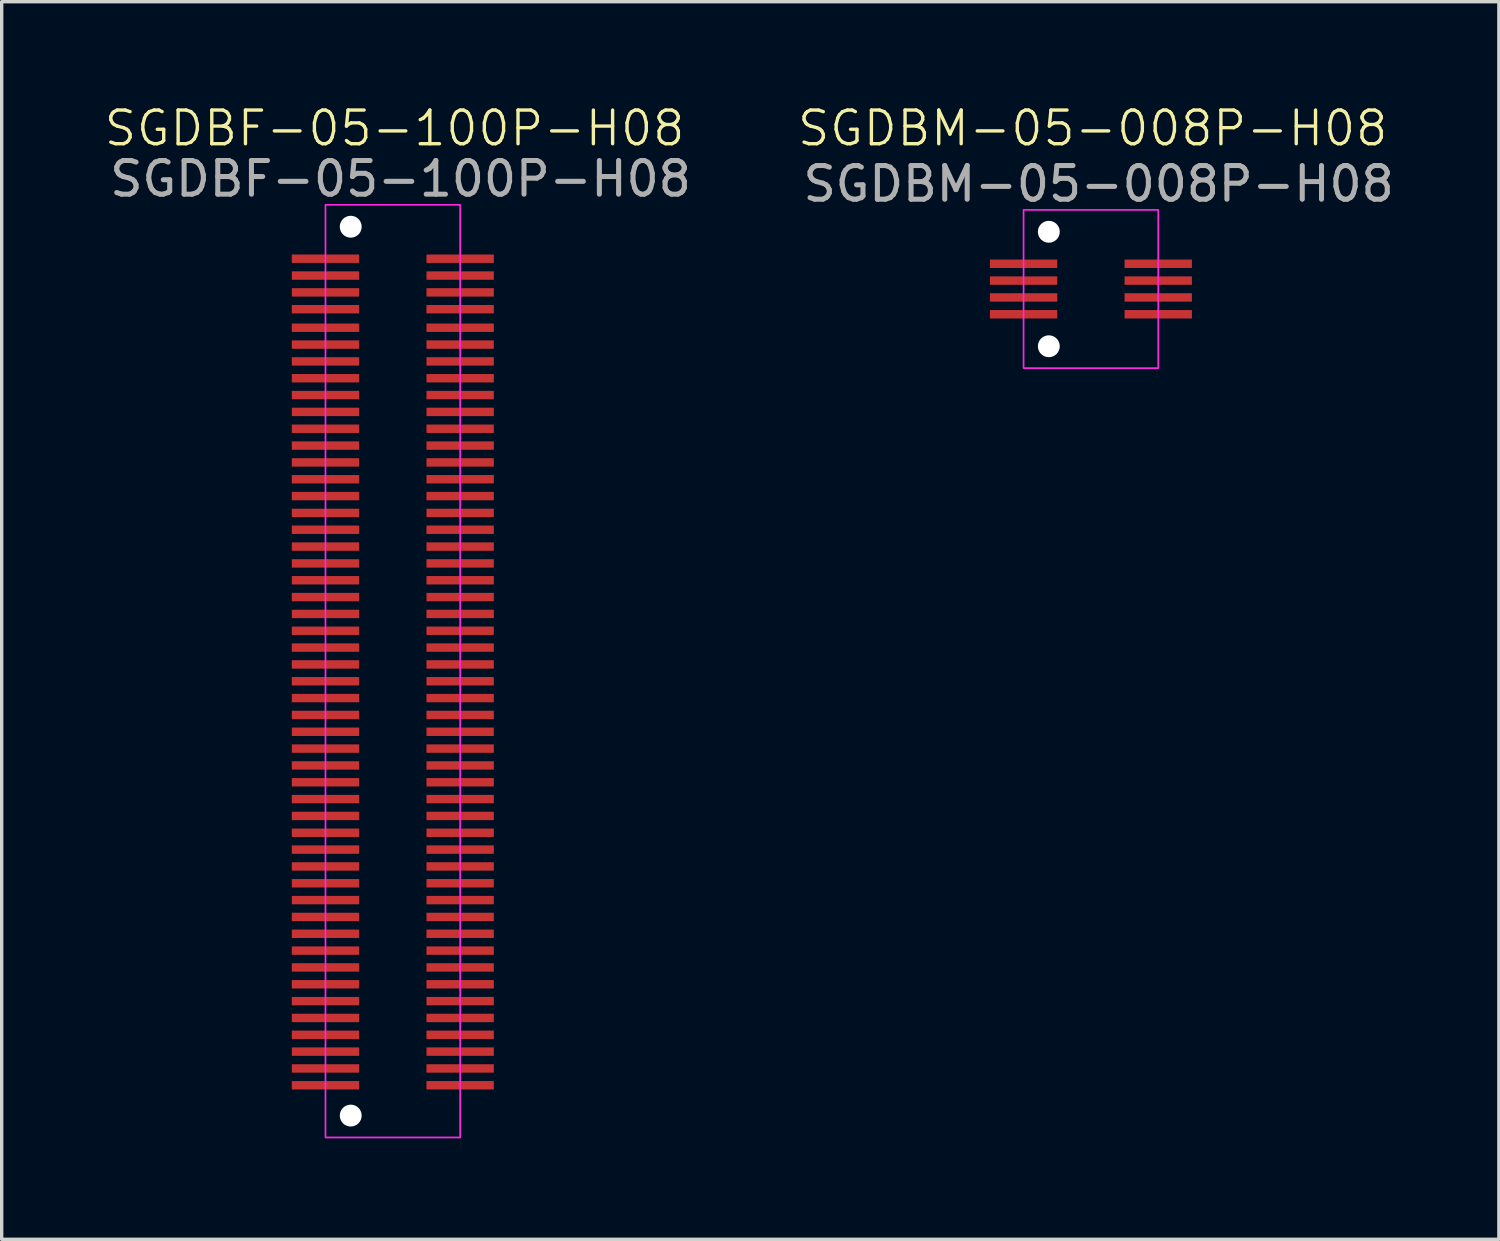
<source format=kicad_pcb>
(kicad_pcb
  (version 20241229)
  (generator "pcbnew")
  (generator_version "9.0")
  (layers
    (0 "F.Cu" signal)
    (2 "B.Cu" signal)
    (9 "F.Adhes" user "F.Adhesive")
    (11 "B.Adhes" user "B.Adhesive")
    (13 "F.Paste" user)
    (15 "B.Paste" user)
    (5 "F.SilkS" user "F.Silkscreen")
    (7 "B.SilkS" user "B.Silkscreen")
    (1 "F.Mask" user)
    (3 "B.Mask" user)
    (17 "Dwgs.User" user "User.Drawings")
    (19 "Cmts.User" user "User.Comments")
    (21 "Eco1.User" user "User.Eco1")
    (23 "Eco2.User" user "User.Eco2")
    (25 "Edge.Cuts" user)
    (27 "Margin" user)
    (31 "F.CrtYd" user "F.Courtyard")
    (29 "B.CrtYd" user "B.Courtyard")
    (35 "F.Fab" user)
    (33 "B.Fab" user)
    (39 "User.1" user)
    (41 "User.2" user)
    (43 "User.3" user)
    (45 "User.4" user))
  (footprint "SGDBM-05-008P-H08"
    (layer "F.Cu")
    (at 27.351 4.784)
    (property "Reference" "SGDBM-05-008P-H08" (at 2.052 -4.023 0) (unlocked yes) (layer "F.SilkS") (effects (font (size 1 1) (thickness 0.1))))
    (attr smd)
    (fp_rect (start 0 -1.6) (end 4 3.1) (stroke (width 0.05) (type default)) (fill no) (layer "F.CrtYd"))
    (fp_text user "${REFERENCE}" (at 2.23 -2.372 0) (unlocked yes) (layer "F.Fab") (effects (font (size 1 1) (thickness 0.15))))
    (pad "" np_thru_hole circle (at 0.75 -0.95) (size 0.65 0.65) (drill 0.65) (layers "*.Cu" "*.Mask"))
    (pad "" np_thru_hole circle (at 0.75 2.45) (size 0.65 0.65) (drill 0.65) (layers "*.Cu" "*.Mask"))
    (pad "1" smd rect (at 0 0 90) (size 0.25 2) (layers "F.Cu" "F.Mask" "F.Paste"))
    (pad "2" smd rect (at 4 0 90) (size 0.25 2) (layers "F.Cu" "F.Mask" "F.Paste"))
    (pad "3" smd rect (at 0 0.5 90) (size 0.25 2) (layers "F.Cu" "F.Mask" "F.Paste"))
    (pad "4" smd rect (at 4 0.5 90) (size 0.25 2) (layers "F.Cu" "F.Mask" "F.Paste"))
    (pad "5" smd rect (at 0 1 90) (size 0.25 2) (layers "F.Cu" "F.Mask" "F.Paste"))
    (pad "6" smd rect (at 4 1 90) (size 0.25 2) (layers "F.Cu" "F.Mask" "F.Paste"))
    (pad "7" smd rect (at 0 1.5 90) (size 0.25 2) (layers "F.Cu" "F.Mask" "F.Paste"))
    (pad "8" smd rect (at 4 1.5 90) (size 0.25 2) (layers "F.Cu" "F.Mask" "F.Paste")))
  (footprint "SGDBF-05-100P-H08"
    (layer "F.Cu")
    (at 6.617 3.034)
    (property "Reference" "SGDBF-05-100P-H08" (at 2.052 -2.273 0) (unlocked yes) (layer "F.SilkS") (effects (font (size 1 1) (thickness 0.1))))
    (attr smd)
    (fp_rect (start 0 0) (end 4 27.7) (stroke (width 0.05) (type default)) (fill no) (layer "F.CrtYd"))
    (fp_text user "${REFERENCE}" (at 2.23 -0.772 0) (unlocked yes) (layer "F.Fab") (effects (font (size 1 1) (thickness 0.15))))
    (pad "" np_thru_hole circle (at 0.75 0.65) (size 0.65 0.65) (drill 0.65) (layers "*.Cu" "*.Mask"))
    (pad "" np_thru_hole circle (at 0.75 27.05) (size 0.65 0.65) (drill 0.65) (layers "*.Cu" "*.Mask"))
    (pad "1" smd rect (at 0 1.6 90) (size 0.25 2) (layers "F.Cu" "F.Mask" "F.Paste"))
    (pad "2" smd rect (at 4 1.6 90) (size 0.25 2) (layers "F.Cu" "F.Mask" "F.Paste"))
    (pad "3" smd rect (at 0 2.1 90) (size 0.25 2) (layers "F.Cu" "F.Mask" "F.Paste"))
    (pad "4" smd rect (at 4 2.1 90) (size 0.25 2) (layers "F.Cu" "F.Mask" "F.Paste"))
    (pad "5" smd rect (at 0 2.6 90) (size 0.25 2) (layers "F.Cu" "F.Mask" "F.Paste"))
    (pad "6" smd rect (at 4 2.6 90) (size 0.25 2) (layers "F.Cu" "F.Mask" "F.Paste"))
    (pad "7" smd rect (at 0 3.1 90) (size 0.25 2) (layers "F.Cu" "F.Mask" "F.Paste"))
    (pad "8" smd rect (at 4 3.1 90) (size 0.25 2) (layers "F.Cu" "F.Mask" "F.Paste"))
    (pad "9" smd rect (at 0 3.65 90) (size 0.25 2) (layers "F.Cu" "F.Mask" "F.Paste"))
    (pad "10" smd rect (at 4 3.65 90) (size 0.25 2) (layers "F.Cu" "F.Mask" "F.Paste"))
    (pad "11" smd rect (at 0 4.15 90) (size 0.25 2) (layers "F.Cu" "F.Mask" "F.Paste"))
    (pad "12" smd rect (at 4 4.15 90) (size 0.25 2) (layers "F.Cu" "F.Mask" "F.Paste"))
    (pad "13" smd rect (at 0 4.65 90) (size 0.25 2) (layers "F.Cu" "F.Mask" "F.Paste"))
    (pad "14" smd rect (at 4 4.65 90) (size 0.25 2) (layers "F.Cu" "F.Mask" "F.Paste"))
    (pad "15" smd rect (at 0 5.15 90) (size 0.25 2) (layers "F.Cu" "F.Mask" "F.Paste"))
    (pad "16" smd rect (at 4 5.15 90) (size 0.25 2) (layers "F.Cu" "F.Mask" "F.Paste"))
    (pad "17" smd rect (at 0 5.65 90) (size 0.25 2) (layers "F.Cu" "F.Mask" "F.Paste"))
    (pad "18" smd rect (at 4 5.65 90) (size 0.25 2) (layers "F.Cu" "F.Mask" "F.Paste"))
    (pad "19" smd rect (at 0 6.15 90) (size 0.25 2) (layers "F.Cu" "F.Mask" "F.Paste"))
    (pad "20" smd rect (at 4 6.15 90) (size 0.25 2) (layers "F.Cu" "F.Mask" "F.Paste"))
    (pad "21" smd rect (at 0 6.65 90) (size 0.25 2) (layers "F.Cu" "F.Mask" "F.Paste"))
    (pad "22" smd rect (at 4 6.65 90) (size 0.25 2) (layers "F.Cu" "F.Mask" "F.Paste"))
    (pad "23" smd rect (at 0 7.15 90) (size 0.25 2) (layers "F.Cu" "F.Mask" "F.Paste"))
    (pad "24" smd rect (at 4 7.15 90) (size 0.25 2) (layers "F.Cu" "F.Mask" "F.Paste"))
    (pad "25" smd rect (at 0 7.65 90) (size 0.25 2) (layers "F.Cu" "F.Mask" "F.Paste"))
    (pad "26" smd rect (at 4 7.65 90) (size 0.25 2) (layers "F.Cu" "F.Mask" "F.Paste"))
    (pad "27" smd rect (at 0 8.15 90) (size 0.25 2) (layers "F.Cu" "F.Mask" "F.Paste"))
    (pad "28" smd rect (at 4 8.15 90) (size 0.25 2) (layers "F.Cu" "F.Mask" "F.Paste"))
    (pad "29" smd rect (at 0 8.65 90) (size 0.25 2) (layers "F.Cu" "F.Mask" "F.Paste"))
    (pad "30" smd rect (at 4 8.65 90) (size 0.25 2) (layers "F.Cu" "F.Mask" "F.Paste"))
    (pad "31" smd rect (at 0 9.15 90) (size 0.25 2) (layers "F.Cu" "F.Mask" "F.Paste"))
    (pad "32" smd rect (at 4 9.15 90) (size 0.25 2) (layers "F.Cu" "F.Mask" "F.Paste"))
    (pad "33" smd rect (at 0 9.65 90) (size 0.25 2) (layers "F.Cu" "F.Mask" "F.Paste"))
    (pad "34" smd rect (at 4 9.65 90) (size 0.25 2) (layers "F.Cu" "F.Mask" "F.Paste"))
    (pad "35" smd rect (at 0 10.15 90) (size 0.25 2) (layers "F.Cu" "F.Mask" "F.Paste"))
    (pad "36" smd rect (at 4 10.15 90) (size 0.25 2) (layers "F.Cu" "F.Mask" "F.Paste"))
    (pad "37" smd rect (at 0 10.65 90) (size 0.25 2) (layers "F.Cu" "F.Mask" "F.Paste"))
    (pad "38" smd rect (at 4 10.65 90) (size 0.25 2) (layers "F.Cu" "F.Mask" "F.Paste"))
    (pad "39" smd rect (at 0 11.15 90) (size 0.25 2) (layers "F.Cu" "F.Mask" "F.Paste"))
    (pad "40" smd rect (at 4 11.15 90) (size 0.25 2) (layers "F.Cu" "F.Mask" "F.Paste"))
    (pad "41" smd rect (at 0 11.65 90) (size 0.25 2) (layers "F.Cu" "F.Mask" "F.Paste"))
    (pad "42" smd rect (at 4 11.65 90) (size 0.25 2) (layers "F.Cu" "F.Mask" "F.Paste"))
    (pad "43" smd rect (at 0 12.15 90) (size 0.25 2) (layers "F.Cu" "F.Mask" "F.Paste"))
    (pad "44" smd rect (at 4 12.15 90) (size 0.25 2) (layers "F.Cu" "F.Mask" "F.Paste"))
    (pad "45" smd rect (at 0 12.65 90) (size 0.25 2) (layers "F.Cu" "F.Mask" "F.Paste"))
    (pad "46" smd rect (at 4 12.65 90) (size 0.25 2) (layers "F.Cu" "F.Mask" "F.Paste"))
    (pad "47" smd rect (at 0 13.15 90) (size 0.25 2) (layers "F.Cu" "F.Mask" "F.Paste"))
    (pad "48" smd rect (at 4 13.15 90) (size 0.25 2) (layers "F.Cu" "F.Mask" "F.Paste"))
    (pad "49" smd rect (at 0 13.65 90) (size 0.25 2) (layers "F.Cu" "F.Mask" "F.Paste"))
    (pad "50" smd rect (at 4 13.65 90) (size 0.25 2) (layers "F.Cu" "F.Mask" "F.Paste"))
    (pad "51" smd rect (at 0 14.15 90) (size 0.25 2) (layers "F.Cu" "F.Mask" "F.Paste"))
    (pad "52" smd rect (at 4 14.15 90) (size 0.25 2) (layers "F.Cu" "F.Mask" "F.Paste"))
    (pad "53" smd rect (at 0 14.65 90) (size 0.25 2) (layers "F.Cu" "F.Mask" "F.Paste"))
    (pad "54" smd rect (at 4 14.65 90) (size 0.25 2) (layers "F.Cu" "F.Mask" "F.Paste"))
    (pad "55" smd rect (at 0 15.15 90) (size 0.25 2) (layers "F.Cu" "F.Mask" "F.Paste"))
    (pad "56" smd rect (at 4 15.15 90) (size 0.25 2) (layers "F.Cu" "F.Mask" "F.Paste"))
    (pad "57" smd rect (at 0 15.65 90) (size 0.25 2) (layers "F.Cu" "F.Mask" "F.Paste"))
    (pad "58" smd rect (at 4 15.65 90) (size 0.25 2) (layers "F.Cu" "F.Mask" "F.Paste"))
    (pad "59" smd rect (at 0 16.15 90) (size 0.25 2) (layers "F.Cu" "F.Mask" "F.Paste"))
    (pad "60" smd rect (at 4 16.15 90) (size 0.25 2) (layers "F.Cu" "F.Mask" "F.Paste"))
    (pad "61" smd rect (at 0 16.65 90) (size 0.25 2) (layers "F.Cu" "F.Mask" "F.Paste"))
    (pad "62" smd rect (at 4 16.65 90) (size 0.25 2) (layers "F.Cu" "F.Mask" "F.Paste"))
    (pad "63" smd rect (at 0 17.15 90) (size 0.25 2) (layers "F.Cu" "F.Mask" "F.Paste"))
    (pad "64" smd rect (at 4 17.15 90) (size 0.25 2) (layers "F.Cu" "F.Mask" "F.Paste"))
    (pad "65" smd rect (at 0 17.65 90) (size 0.25 2) (layers "F.Cu" "F.Mask" "F.Paste"))
    (pad "65" smd rect (at 4 17.65 90) (size 0.25 2) (layers "F.Cu" "F.Mask" "F.Paste"))
    (pad "67" smd rect (at 0 18.15 90) (size 0.25 2) (layers "F.Cu" "F.Mask" "F.Paste"))
    (pad "68" smd rect (at 4 18.15 90) (size 0.25 2) (layers "F.Cu" "F.Mask" "F.Paste"))
    (pad "69" smd rect (at 0 18.65 90) (size 0.25 2) (layers "F.Cu" "F.Mask" "F.Paste"))
    (pad "70" smd rect (at 4 18.65 90) (size 0.25 2) (layers "F.Cu" "F.Mask" "F.Paste"))
    (pad "71" smd rect (at 0 19.15 90) (size 0.25 2) (layers "F.Cu" "F.Mask" "F.Paste"))
    (pad "72" smd rect (at 4 19.15 90) (size 0.25 2) (layers "F.Cu" "F.Mask" "F.Paste"))
    (pad "73" smd rect (at 0 19.65 90) (size 0.25 2) (layers "F.Cu" "F.Mask" "F.Paste"))
    (pad "74" smd rect (at 4 19.65 90) (size 0.25 2) (layers "F.Cu" "F.Mask" "F.Paste"))
    (pad "75" smd rect (at 0 20.15 90) (size 0.25 2) (layers "F.Cu" "F.Mask" "F.Paste"))
    (pad "76" smd rect (at 4 20.15 90) (size 0.25 2) (layers "F.Cu" "F.Mask" "F.Paste"))
    (pad "77" smd rect (at 0 20.65 90) (size 0.25 2) (layers "F.Cu" "F.Mask" "F.Paste"))
    (pad "78" smd rect (at 4 20.65 90) (size 0.25 2) (layers "F.Cu" "F.Mask" "F.Paste"))
    (pad "79" smd rect (at 0 21.15 90) (size 0.25 2) (layers "F.Cu" "F.Mask" "F.Paste"))
    (pad "80" smd rect (at 4 21.15 90) (size 0.25 2) (layers "F.Cu" "F.Mask" "F.Paste"))
    (pad "81" smd rect (at 0 21.65 90) (size 0.25 2) (layers "F.Cu" "F.Mask" "F.Paste"))
    (pad "82" smd rect (at 4 21.65 90) (size 0.25 2) (layers "F.Cu" "F.Mask" "F.Paste"))
    (pad "83" smd rect (at 0 22.15 90) (size 0.25 2) (layers "F.Cu" "F.Mask" "F.Paste"))
    (pad "84" smd rect (at 4 22.15 90) (size 0.25 2) (layers "F.Cu" "F.Mask" "F.Paste"))
    (pad "85" smd rect (at 0 22.65 90) (size 0.25 2) (layers "F.Cu" "F.Mask" "F.Paste"))
    (pad "86" smd rect (at 4 22.65 90) (size 0.25 2) (layers "F.Cu" "F.Mask" "F.Paste"))
    (pad "87" smd rect (at 0 23.15 90) (size 0.25 2) (layers "F.Cu" "F.Mask" "F.Paste"))
    (pad "88" smd rect (at 4 23.15 90) (size 0.25 2) (layers "F.Cu" "F.Mask" "F.Paste"))
    (pad "89" smd rect (at 0 23.65 90) (size 0.25 2) (layers "F.Cu" "F.Mask" "F.Paste"))
    (pad "90" smd rect (at 4 23.65 90) (size 0.25 2) (layers "F.Cu" "F.Mask" "F.Paste"))
    (pad "91" smd rect (at 0 24.15 90) (size 0.25 2) (layers "F.Cu" "F.Mask" "F.Paste"))
    (pad "92" smd rect (at 4 24.15 90) (size 0.25 2) (layers "F.Cu" "F.Mask" "F.Paste"))
    (pad "93" smd rect (at 0 24.65 90) (size 0.25 2) (layers "F.Cu" "F.Mask" "F.Paste"))
    (pad "94" smd rect (at 4 24.65 90) (size 0.25 2) (layers "F.Cu" "F.Mask" "F.Paste"))
    (pad "95" smd rect (at 0 25.15 90) (size 0.25 2) (layers "F.Cu" "F.Mask" "F.Paste"))
    (pad "96" smd rect (at 4 25.15 90) (size 0.25 2) (layers "F.Cu" "F.Mask" "F.Paste"))
    (pad "97" smd rect (at 0 25.65 90) (size 0.25 2) (layers "F.Cu" "F.Mask" "F.Paste"))
    (pad "98" smd rect (at 4 25.65 90) (size 0.25 2) (layers "F.Cu" "F.Mask" "F.Paste"))
    (pad "99" smd rect (at 0 26.15 90) (size 0.25 2) (layers "F.Cu" "F.Mask" "F.Paste"))
    (pad "100" smd rect (at 4 26.15 90) (size 0.25 2) (layers "F.Cu" "F.Mask" "F.Paste")))
  (gr_rect
    (start -3 -3)
    (end 41.468 33.759)
    (stroke (width 0.1) (type default))
    (fill no)
    (layer "Edge.Cuts")))
</source>
